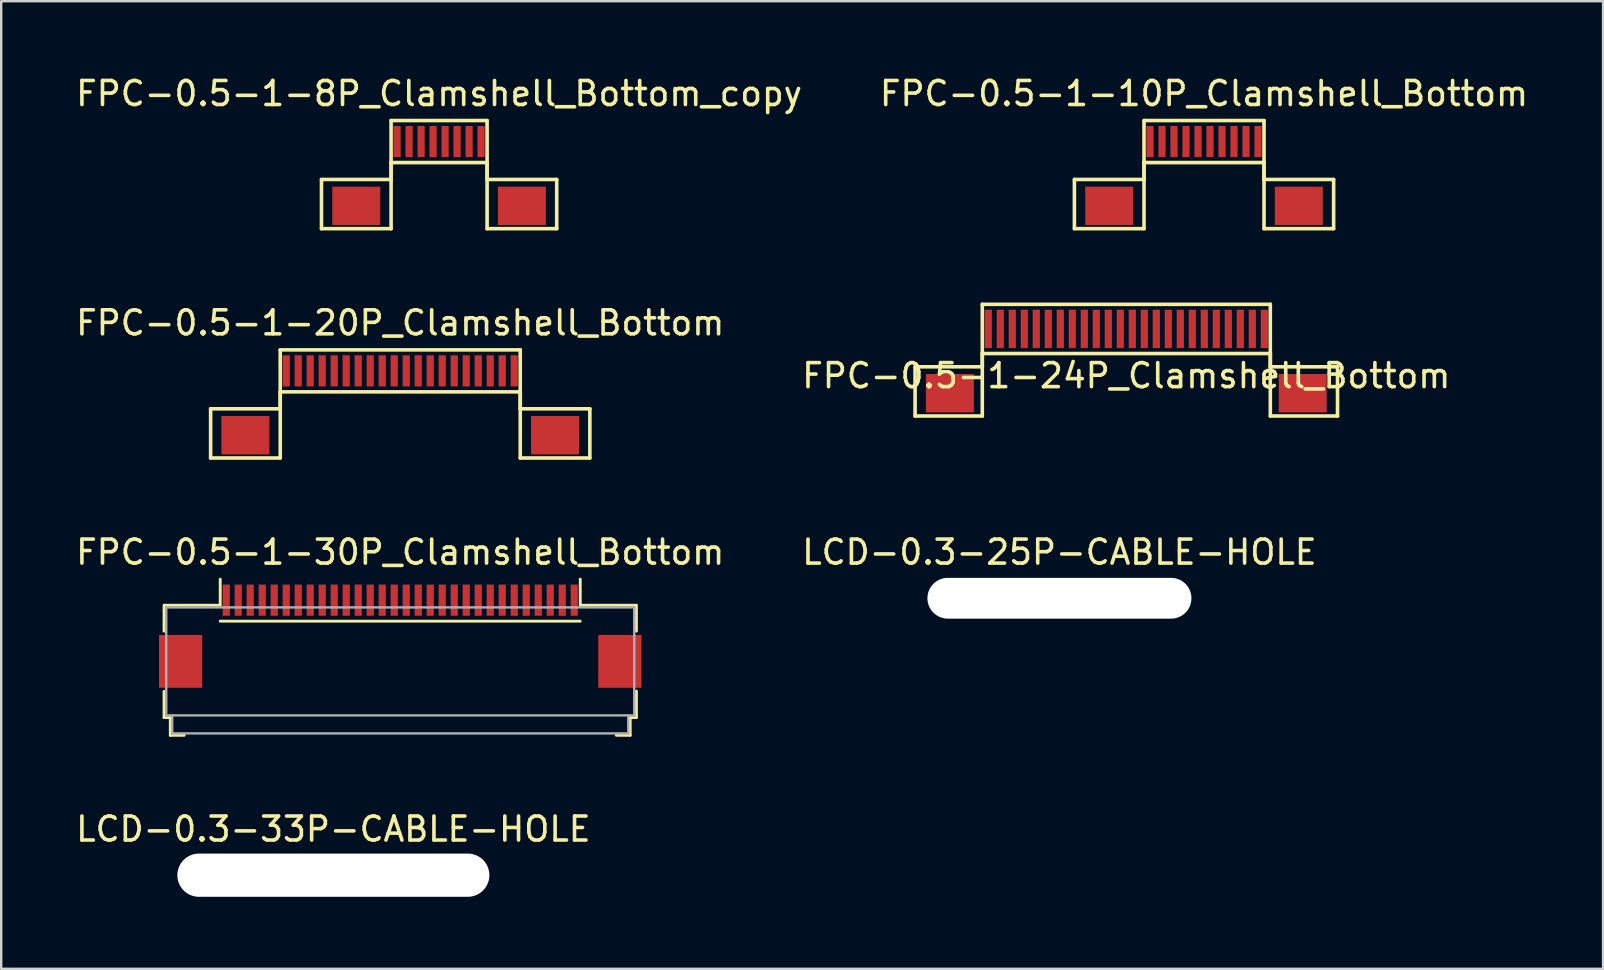
<source format=kicad_pcb>
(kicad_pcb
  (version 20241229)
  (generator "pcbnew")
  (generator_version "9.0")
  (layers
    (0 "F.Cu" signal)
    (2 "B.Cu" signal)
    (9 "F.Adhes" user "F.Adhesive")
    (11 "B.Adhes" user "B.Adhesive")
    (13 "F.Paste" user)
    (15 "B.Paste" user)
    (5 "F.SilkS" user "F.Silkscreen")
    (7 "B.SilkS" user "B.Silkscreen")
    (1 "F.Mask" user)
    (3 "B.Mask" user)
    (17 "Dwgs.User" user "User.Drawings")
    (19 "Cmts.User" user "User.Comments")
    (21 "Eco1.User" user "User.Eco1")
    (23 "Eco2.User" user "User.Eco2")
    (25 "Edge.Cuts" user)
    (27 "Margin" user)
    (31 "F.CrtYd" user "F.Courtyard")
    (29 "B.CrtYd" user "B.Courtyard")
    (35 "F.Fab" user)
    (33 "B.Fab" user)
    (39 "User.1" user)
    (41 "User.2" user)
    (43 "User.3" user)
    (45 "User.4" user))
  (footprint "FPC-0.5-1-30P_Clamshell_Bottom"
    (layer "F.Cu")
    (at 13.625 21.955)
    (property "Reference" "FPC-0.5-1-30P_Clamshell_Bottom" (at 0 -2 0) (layer "F.SilkS") (effects (font (size 1 1) (thickness 0.15))))
    (attr smd)
    (fp_line (start -9.84 1.29) (end -9.84 0.21) (stroke (width 0.12) (type solid)) (layer "F.SilkS"))
    (fp_line (start -9.84 4.89) (end -9.84 3.8) (stroke (width 0.12) (type solid)) (layer "F.SilkS"))
    (fp_line (start -9.82 0.21) (end -7.51 0.21) (stroke (width 0.12) (type solid)) (layer "F.SilkS"))
    (fp_line (start -9.58 4.89) (end -9.84 4.89) (stroke (width 0.12) (type solid)) (layer "F.SilkS"))
    (fp_line (start -9.58 4.89) (end -9.58 5.63) (stroke (width 0.12) (type solid)) (layer "F.SilkS"))
    (fp_line (start -9.58 5.63) (end -9 5.63) (stroke (width 0.12) (type solid)) (layer "F.SilkS"))
    (fp_line (start -7.5 0.21) (end -7.5 -0.875) (stroke (width 0.12) (type solid)) (layer "F.SilkS"))
    (fp_line (start -7.5 0.875) (end 7.5 0.875) (stroke (width 0.12) (type solid)) (layer "F.SilkS"))
    (fp_line (start 7.5 0.21) (end 7.5 -0.875) (stroke (width 0.12) (type solid)) (layer "F.SilkS"))
    (fp_line (start 7.51 0.21) (end 9.82 0.21) (stroke (width 0.12) (type solid)) (layer "F.SilkS"))
    (fp_line (start 9.58 4.89) (end 9.58 5.63) (stroke (width 0.12) (type solid)) (layer "F.SilkS"))
    (fp_line (start 9.58 4.89) (end 9.84 4.89) (stroke (width 0.12) (type solid)) (layer "F.SilkS"))
    (fp_line (start 9.58 5.63) (end 9 5.63) (stroke (width 0.12) (type solid)) (layer "F.SilkS"))
    (fp_line (start 9.84 1.29) (end 9.84 0.21) (stroke (width 0.12) (type solid)) (layer "F.SilkS"))
    (fp_line (start 9.84 4.89) (end 9.84 3.79) (stroke (width 0.12) (type solid)) (layer "F.SilkS"))
    (fp_line (start -9.75 0.3) (end 9.75 0.3) (stroke (width 0.1) (type solid)) (layer "F.Fab"))
    (fp_line (start -9.75 4.8) (end -9.75 0.3) (stroke (width 0.1) (type default)) (layer "F.Fab"))
    (fp_line (start -9.75 4.8) (end 9.75 4.8) (stroke (width 0.1) (type solid)) (layer "F.Fab"))
    (fp_line (start -9.5 5.55) (end -9.5 4.8) (stroke (width 0.1) (type default)) (layer "F.Fab"))
    (fp_line (start -9.5 5.55) (end 9.5 5.55) (stroke (width 0.1) (type solid)) (layer "F.Fab"))
    (fp_line (start 9.5 5.55) (end 9.5 4.8) (stroke (width 0.1) (type default)) (layer "F.Fab"))
    (fp_line (start 9.75 0.3) (end 9.75 4.8) (stroke (width 0.1) (type default)) (layer "F.Fab"))
    (pad "1" smd rect (at -7.25 0) (size 0.3 1.3) (layers "F.Cu" "F.Mask" "F.Paste"))
    (pad "2" smd rect (at -6.75 0) (size 0.3 1.3) (layers "F.Cu" "F.Mask" "F.Paste"))
    (pad "3" smd rect (at -6.25 0) (size 0.3 1.3) (layers "F.Cu" "F.Mask" "F.Paste"))
    (pad "4" smd rect (at -5.75 0) (size 0.3 1.3) (layers "F.Cu" "F.Mask" "F.Paste"))
    (pad "5" smd rect (at -5.25 0) (size 0.3 1.3) (layers "F.Cu" "F.Mask" "F.Paste"))
    (pad "6" smd rect (at -4.75 0) (size 0.3 1.3) (layers "F.Cu" "F.Mask" "F.Paste"))
    (pad "7" smd rect (at -4.25 0) (size 0.3 1.3) (layers "F.Cu" "F.Mask" "F.Paste"))
    (pad "8" smd rect (at -3.75 0) (size 0.3 1.3) (layers "F.Cu" "F.Mask" "F.Paste"))
    (pad "9" smd rect (at -3.25 0) (size 0.3 1.3) (layers "F.Cu" "F.Mask" "F.Paste"))
    (pad "10" smd rect (at -2.75 0) (size 0.3 1.3) (layers "F.Cu" "F.Mask" "F.Paste"))
    (pad "11" smd rect (at -2.25 0) (size 0.3 1.3) (layers "F.Cu" "F.Mask" "F.Paste"))
    (pad "12" smd rect (at -1.75 0) (size 0.3 1.3) (layers "F.Cu" "F.Mask" "F.Paste"))
    (pad "13" smd rect (at -1.25 0) (size 0.3 1.3) (layers "F.Cu" "F.Mask" "F.Paste"))
    (pad "14" smd rect (at -0.75 0) (size 0.3 1.3) (layers "F.Cu" "F.Mask" "F.Paste"))
    (pad "15" smd rect (at -0.25 0) (size 0.3 1.3) (layers "F.Cu" "F.Mask" "F.Paste"))
    (pad "16" smd rect (at 0.25 0) (size 0.3 1.3) (layers "F.Cu" "F.Mask" "F.Paste"))
    (pad "17" smd rect (at 0.75 0) (size 0.3 1.3) (layers "F.Cu" "F.Mask" "F.Paste"))
    (pad "18" smd rect (at 1.25 0) (size 0.3 1.3) (layers "F.Cu" "F.Mask" "F.Paste"))
    (pad "19" smd rect (at 1.75 0) (size 0.3 1.3) (layers "F.Cu" "F.Mask" "F.Paste"))
    (pad "20" smd rect (at 2.25 0) (size 0.3 1.3) (layers "F.Cu" "F.Mask" "F.Paste"))
    (pad "21" smd rect (at 2.75 0) (size 0.3 1.3) (layers "F.Cu" "F.Mask" "F.Paste"))
    (pad "22" smd rect (at 3.25 0) (size 0.3 1.3) (layers "F.Cu" "F.Mask" "F.Paste"))
    (pad "23" smd rect (at 3.75 0) (size 0.3 1.3) (layers "F.Cu" "F.Mask" "F.Paste"))
    (pad "24" smd rect (at 4.25 0) (size 0.3 1.3) (layers "F.Cu" "F.Mask" "F.Paste"))
    (pad "25" smd rect (at 4.75 0) (size 0.3 1.3) (layers "F.Cu" "F.Mask" "F.Paste"))
    (pad "26" smd rect (at 5.25 0) (size 0.3 1.3) (layers "F.Cu" "F.Mask" "F.Paste"))
    (pad "27" smd rect (at 5.75 0) (size 0.3 1.3) (layers "F.Cu" "F.Mask" "F.Paste"))
    (pad "28" smd rect (at 6.25 0) (size 0.3 1.3) (layers "F.Cu" "F.Mask" "F.Paste"))
    (pad "29" smd rect (at 6.75 0) (size 0.3 1.3) (layers "F.Cu" "F.Mask" "F.Paste"))
    (pad "30" smd rect (at 7.25 0) (size 0.3 1.3) (layers "F.Cu" "F.Mask" "F.Paste"))
    (pad "SH" smd rect (at -9.15 2.55) (size 1.8 2.2) (layers "F.Cu" "F.Mask" "F.Paste"))
    (pad "SH" smd rect (at 9.15 2.55) (size 1.8 2.2) (layers "F.Cu" "F.Mask" "F.Paste")))
  (footprint "FPC-0.5-1-8P_Clamshell_Bottom_copy"
    (layer "F.Cu")
    (at 15.244 2.848)
    (property "Reference" "FPC-0.5-1-8P_Clamshell_Bottom_copy" (at 0 -2 0) (layer "F.SilkS") (effects (font (size 1 1) (thickness 0.15))))
    (attr smd)
    (fp_line (start -4.9 1.58) (end -2 1.58) (stroke (width 0.15) (type solid)) (layer "F.SilkS"))
    (fp_line (start -4.9 3.63) (end -4.9 1.58) (stroke (width 0.15) (type solid)) (layer "F.SilkS"))
    (fp_line (start -2 -0.875) (end 2 -0.875) (stroke (width 0.15) (type solid)) (layer "F.SilkS"))
    (fp_line (start -2 0.875) (end -2 3.63) (stroke (width 0.15) (type solid)) (layer "F.SilkS"))
    (fp_line (start -2 0.875) (end 2 0.875) (stroke (width 0.15) (type solid)) (layer "F.SilkS"))
    (fp_line (start -2 1.58) (end -2 -0.875) (stroke (width 0.15) (type solid)) (layer "F.SilkS"))
    (fp_line (start -2 3.63) (end -4.9 3.63) (stroke (width 0.15) (type solid)) (layer "F.SilkS"))
    (fp_line (start 2 0.875) (end 2 3.63) (stroke (width 0.15) (type solid)) (layer "F.SilkS"))
    (fp_line (start 2 1.58) (end 2 -0.875) (stroke (width 0.15) (type solid)) (layer "F.SilkS"))
    (fp_line (start 2 3.63) (end 4.9 3.63) (stroke (width 0.15) (type solid)) (layer "F.SilkS"))
    (fp_line (start 4.9 1.58) (end 2 1.58) (stroke (width 0.15) (type solid)) (layer "F.SilkS"))
    (fp_line (start 4.9 3.63) (end 4.9 1.58) (stroke (width 0.15) (type solid)) (layer "F.SilkS"))
    (pad "1" smd rect (at -1.75 0) (size 0.3 1.3) (layers "F.Cu" "F.Mask" "F.Paste"))
    (pad "2" smd rect (at -1.25 0) (size 0.3 1.3) (layers "F.Cu" "F.Mask" "F.Paste"))
    (pad "3" smd rect (at -0.75 0) (size 0.3 1.3) (layers "F.Cu" "F.Mask" "F.Paste"))
    (pad "4" smd rect (at -0.25 0) (size 0.3 1.3) (layers "F.Cu" "F.Mask" "F.Paste"))
    (pad "5" smd rect (at 0.25 0) (size 0.3 1.3) (layers "F.Cu" "F.Mask" "F.Paste"))
    (pad "6" smd rect (at 0.75 0) (size 0.3 1.3) (layers "F.Cu" "F.Mask" "F.Paste"))
    (pad "7" smd rect (at 1.25 0) (size 0.3 1.3) (layers "F.Cu" "F.Mask" "F.Paste"))
    (pad "8" smd rect (at 1.75 0) (size 0.3 1.3) (layers "F.Cu" "F.Mask" "F.Paste"))
    (pad "SH" smd rect (at -3.45 2.68) (size 2 1.6) (layers "F.Cu" "F.Mask" "F.Paste"))
    (pad "SH" smd rect (at 3.45 2.68) (size 2 1.6) (layers "F.Cu" "F.Mask" "F.Paste")))
  (footprint "FPC-0.5-1-10P_Clamshell_Bottom"
    (layer "F.Cu")
    (at 47.113 2.848)
    (property "Reference" "FPC-0.5-1-10P_Clamshell_Bottom" (at 0 -2 0) (layer "F.SilkS") (effects (font (size 1 1) (thickness 0.15))))
    (attr smd)
    (fp_line (start -5.4 1.58) (end -2.5 1.58) (stroke (width 0.15) (type solid)) (layer "F.SilkS"))
    (fp_line (start -5.4 3.63) (end -5.4 1.58) (stroke (width 0.15) (type solid)) (layer "F.SilkS"))
    (fp_line (start -2.5 -0.875) (end 2.5 -0.875) (stroke (width 0.15) (type solid)) (layer "F.SilkS"))
    (fp_line (start -2.5 0.875) (end -2.5 3.63) (stroke (width 0.15) (type solid)) (layer "F.SilkS"))
    (fp_line (start -2.5 0.875) (end 2.5 0.875) (stroke (width 0.15) (type solid)) (layer "F.SilkS"))
    (fp_line (start -2.5 1.58) (end -2.5 -0.875) (stroke (width 0.15) (type solid)) (layer "F.SilkS"))
    (fp_line (start -2.5 3.63) (end -5.4 3.63) (stroke (width 0.15) (type solid)) (layer "F.SilkS"))
    (fp_line (start 2.5 0.875) (end 2.5 3.63) (stroke (width 0.15) (type solid)) (layer "F.SilkS"))
    (fp_line (start 2.5 1.58) (end 2.5 -0.875) (stroke (width 0.15) (type solid)) (layer "F.SilkS"))
    (fp_line (start 2.5 3.63) (end 5.4 3.63) (stroke (width 0.15) (type solid)) (layer "F.SilkS"))
    (fp_line (start 5.4 1.58) (end 2.5 1.58) (stroke (width 0.15) (type solid)) (layer "F.SilkS"))
    (fp_line (start 5.4 3.63) (end 5.4 1.58) (stroke (width 0.15) (type solid)) (layer "F.SilkS"))
    (pad "1" smd rect (at -2.25 0) (size 0.3 1.3) (layers "F.Cu" "F.Mask" "F.Paste"))
    (pad "2" smd rect (at -1.75 0) (size 0.3 1.3) (layers "F.Cu" "F.Mask" "F.Paste"))
    (pad "3" smd rect (at -1.25 0) (size 0.3 1.3) (layers "F.Cu" "F.Mask" "F.Paste"))
    (pad "4" smd rect (at -0.75 0) (size 0.3 1.3) (layers "F.Cu" "F.Mask" "F.Paste"))
    (pad "5" smd rect (at -0.25 0) (size 0.3 1.3) (layers "F.Cu" "F.Mask" "F.Paste"))
    (pad "6" smd rect (at 0.25 0) (size 0.3 1.3) (layers "F.Cu" "F.Mask" "F.Paste"))
    (pad "7" smd rect (at 0.75 0) (size 0.3 1.3) (layers "F.Cu" "F.Mask" "F.Paste"))
    (pad "8" smd rect (at 1.25 0) (size 0.3 1.3) (layers "F.Cu" "F.Mask" "F.Paste"))
    (pad "9" smd rect (at 1.75 0) (size 0.3 1.3) (layers "F.Cu" "F.Mask" "F.Paste"))
    (pad "10" smd rect (at 2.25 0) (size 0.3 1.3) (layers "F.Cu" "F.Mask" "F.Paste"))
    (pad "SH" smd rect (at -3.95 2.68) (size 2 1.6) (layers "F.Cu" "F.Mask" "F.Paste"))
    (pad "SH" smd rect (at 3.95 2.68) (size 2 1.6) (layers "F.Cu" "F.Mask" "F.Paste")))
  (footprint "LCD-0.3-33P-CABLE-HOLE"
    (layer "F.Cu")
    (at 10.839 33.413)
    (property "Reference" "LCD-0.3-33P-CABLE-HOLE" (at 0 -1.92 0) (layer "F.SilkS") (effects (font (size 1 1) (thickness 0.15))))
    (attr through_hole)
    (pad "" np_thru_hole oval (at 0 0) (size 13 1.8) (drill oval 13 1.8) (layers "*.Cu" "*.Mask")))
  (footprint "FPC-0.5-1-20P_Clamshell_Bottom"
    (layer "F.Cu")
    (at 13.625 12.402)
    (property "Reference" "FPC-0.5-1-20P_Clamshell_Bottom" (at 0 -2 0) (layer "F.SilkS") (effects (font (size 1 1) (thickness 0.15))))
    (attr smd)
    (fp_line (start -7.9 1.58) (end -5 1.58) (stroke (width 0.15) (type solid)) (layer "F.SilkS"))
    (fp_line (start -7.9 3.63) (end -7.9 1.58) (stroke (width 0.15) (type solid)) (layer "F.SilkS"))
    (fp_line (start -5 -0.875) (end 5 -0.875) (stroke (width 0.15) (type solid)) (layer "F.SilkS"))
    (fp_line (start -5 0.875) (end -5 3.63) (stroke (width 0.15) (type solid)) (layer "F.SilkS"))
    (fp_line (start -5 0.875) (end 5 0.875) (stroke (width 0.15) (type solid)) (layer "F.SilkS"))
    (fp_line (start -5 1.58) (end -5 -0.875) (stroke (width 0.15) (type solid)) (layer "F.SilkS"))
    (fp_line (start -5 3.63) (end -7.9 3.63) (stroke (width 0.15) (type solid)) (layer "F.SilkS"))
    (fp_line (start 5 0.875) (end 5 3.63) (stroke (width 0.15) (type solid)) (layer "F.SilkS"))
    (fp_line (start 5 1.58) (end 5 -0.875) (stroke (width 0.15) (type solid)) (layer "F.SilkS"))
    (fp_line (start 5 3.63) (end 7.9 3.63) (stroke (width 0.15) (type solid)) (layer "F.SilkS"))
    (fp_line (start 7.9 1.58) (end 5 1.58) (stroke (width 0.15) (type solid)) (layer "F.SilkS"))
    (fp_line (start 7.9 3.63) (end 7.9 1.58) (stroke (width 0.15) (type solid)) (layer "F.SilkS"))
    (pad "1" smd rect (at -4.75 0) (size 0.3 1.3) (layers "F.Cu" "F.Mask" "F.Paste"))
    (pad "2" smd rect (at -4.25 0) (size 0.3 1.3) (layers "F.Cu" "F.Mask" "F.Paste"))
    (pad "3" smd rect (at -3.75 0) (size 0.3 1.3) (layers "F.Cu" "F.Mask" "F.Paste"))
    (pad "4" smd rect (at -3.25 0) (size 0.3 1.3) (layers "F.Cu" "F.Mask" "F.Paste"))
    (pad "5" smd rect (at -2.75 0) (size 0.3 1.3) (layers "F.Cu" "F.Mask" "F.Paste"))
    (pad "6" smd rect (at -2.25 0) (size 0.3 1.3) (layers "F.Cu" "F.Mask" "F.Paste"))
    (pad "7" smd rect (at -1.75 0) (size 0.3 1.3) (layers "F.Cu" "F.Mask" "F.Paste"))
    (pad "8" smd rect (at -1.25 0) (size 0.3 1.3) (layers "F.Cu" "F.Mask" "F.Paste"))
    (pad "9" smd rect (at -0.75 0) (size 0.3 1.3) (layers "F.Cu" "F.Mask" "F.Paste"))
    (pad "10" smd rect (at -0.25 0) (size 0.3 1.3) (layers "F.Cu" "F.Mask" "F.Paste"))
    (pad "11" smd rect (at 0.25 0) (size 0.3 1.3) (layers "F.Cu" "F.Mask" "F.Paste"))
    (pad "12" smd rect (at 0.75 0) (size 0.3 1.3) (layers "F.Cu" "F.Mask" "F.Paste"))
    (pad "13" smd rect (at 1.25 0) (size 0.3 1.3) (layers "F.Cu" "F.Mask" "F.Paste"))
    (pad "14" smd rect (at 1.75 0) (size 0.3 1.3) (layers "F.Cu" "F.Mask" "F.Paste"))
    (pad "15" smd rect (at 2.25 0) (size 0.3 1.3) (layers "F.Cu" "F.Mask" "F.Paste"))
    (pad "16" smd rect (at 2.75 0) (size 0.3 1.3) (layers "F.Cu" "F.Mask" "F.Paste"))
    (pad "17" smd rect (at 3.25 0) (size 0.3 1.3) (layers "F.Cu" "F.Mask" "F.Paste"))
    (pad "18" smd rect (at 3.75 0) (size 0.3 1.3) (layers "F.Cu" "F.Mask" "F.Paste"))
    (pad "19" smd rect (at 4.25 0) (size 0.3 1.3) (layers "F.Cu" "F.Mask" "F.Paste"))
    (pad "20" smd rect (at 4.75 0) (size 0.3 1.3) (layers "F.Cu" "F.Mask" "F.Paste"))
    (pad "SH" smd rect (at -6.45 2.68) (size 2 1.6) (layers "F.Cu" "F.Mask" "F.Paste"))
    (pad "SH" smd rect (at 6.45 2.68) (size 2 1.6) (layers "F.Cu" "F.Mask" "F.Paste")))
  (footprint "FPC-0.5-1-24P_Clamshell_Bottom"
    (layer "F.Cu")
    (at 43.875 10.653)
    (property "Reference" "FPC-0.5-1-24P_Clamshell_Bottom" (at 0 1.95 0) (layer "F.SilkS") (effects (font (size 1 1) (thickness 0.15))))
    (attr smd)
    (fp_line (start -8.8 1.58) (end -6 1.58) (stroke (width 0.15) (type solid)) (layer "F.SilkS"))
    (fp_line (start -8.8 3.63) (end -8.8 1.58) (stroke (width 0.15) (type solid)) (layer "F.SilkS"))
    (fp_line (start -6 -1.025) (end 6 -1.025) (stroke (width 0.15) (type solid)) (layer "F.SilkS"))
    (fp_line (start -6 1.025) (end -6 3.63) (stroke (width 0.15) (type solid)) (layer "F.SilkS"))
    (fp_line (start -6 1.025) (end 6 1.025) (stroke (width 0.15) (type solid)) (layer "F.SilkS"))
    (fp_line (start -6 1.58) (end -6 -1.025) (stroke (width 0.15) (type solid)) (layer "F.SilkS"))
    (fp_line (start -6 3.63) (end -8.8 3.63) (stroke (width 0.15) (type solid)) (layer "F.SilkS"))
    (fp_line (start 6 1.025) (end 6 3.63) (stroke (width 0.15) (type solid)) (layer "F.SilkS"))
    (fp_line (start 6 1.58) (end 6 -1.025) (stroke (width 0.15) (type solid)) (layer "F.SilkS"))
    (fp_line (start 6 3.63) (end 8.8 3.63) (stroke (width 0.15) (type solid)) (layer "F.SilkS"))
    (fp_line (start 8.8 1.58) (end 6 1.58) (stroke (width 0.15) (type solid)) (layer "F.SilkS"))
    (fp_line (start 8.8 3.63) (end 8.8 1.58) (stroke (width 0.15) (type solid)) (layer "F.SilkS"))
    (pad "1" smd rect (at -5.75 0) (size 0.3 1.6) (layers "F.Cu" "F.Mask" "F.Paste"))
    (pad "2" smd rect (at -5.25 0) (size 0.3 1.6) (layers "F.Cu" "F.Mask" "F.Paste"))
    (pad "3" smd rect (at -4.75 0) (size 0.3 1.6) (layers "F.Cu" "F.Mask" "F.Paste"))
    (pad "4" smd rect (at -4.25 0) (size 0.3 1.6) (layers "F.Cu" "F.Mask" "F.Paste"))
    (pad "5" smd rect (at -3.75 0) (size 0.3 1.6) (layers "F.Cu" "F.Mask" "F.Paste"))
    (pad "6" smd rect (at -3.25 0) (size 0.3 1.6) (layers "F.Cu" "F.Mask" "F.Paste"))
    (pad "7" smd rect (at -2.75 0) (size 0.3 1.6) (layers "F.Cu" "F.Mask" "F.Paste"))
    (pad "8" smd rect (at -2.25 0) (size 0.3 1.6) (layers "F.Cu" "F.Mask" "F.Paste"))
    (pad "9" smd rect (at -1.75 0) (size 0.3 1.6) (layers "F.Cu" "F.Mask" "F.Paste"))
    (pad "10" smd rect (at -1.25 0) (size 0.3 1.6) (layers "F.Cu" "F.Mask" "F.Paste"))
    (pad "11" smd rect (at -0.75 0) (size 0.3 1.6) (layers "F.Cu" "F.Mask" "F.Paste"))
    (pad "12" smd rect (at -0.25 0) (size 0.3 1.6) (layers "F.Cu" "F.Mask" "F.Paste"))
    (pad "13" smd rect (at 0.25 0) (size 0.3 1.6) (layers "F.Cu" "F.Mask" "F.Paste"))
    (pad "14" smd rect (at 0.75 0) (size 0.3 1.6) (layers "F.Cu" "F.Mask" "F.Paste"))
    (pad "15" smd rect (at 1.25 0) (size 0.3 1.6) (layers "F.Cu" "F.Mask" "F.Paste"))
    (pad "16" smd rect (at 1.75 0) (size 0.3 1.6) (layers "F.Cu" "F.Mask" "F.Paste"))
    (pad "17" smd rect (at 2.25 0) (size 0.3 1.6) (layers "F.Cu" "F.Mask" "F.Paste"))
    (pad "18" smd rect (at 2.75 0) (size 0.3 1.6) (layers "F.Cu" "F.Mask" "F.Paste"))
    (pad "19" smd rect (at 3.25 0) (size 0.3 1.6) (layers "F.Cu" "F.Mask" "F.Paste"))
    (pad "20" smd rect (at 3.75 0) (size 0.3 1.6) (layers "F.Cu" "F.Mask" "F.Paste"))
    (pad "21" smd rect (at 4.25 0) (size 0.3 1.6) (layers "F.Cu" "F.Mask" "F.Paste"))
    (pad "22" smd rect (at 4.75 0) (size 0.3 1.6) (layers "F.Cu" "F.Mask" "F.Paste"))
    (pad "23" smd rect (at 5.25 0) (size 0.3 1.6) (layers "F.Cu" "F.Mask" "F.Paste"))
    (pad "24" smd rect (at 5.75 0) (size 0.3 1.6) (layers "F.Cu" "F.Mask" "F.Paste"))
    (pad "SH" smd rect (at -7.35 2.68) (size 2 1.6) (layers "F.Cu" "F.Mask" "F.Paste"))
    (pad "SH" smd rect (at 7.35 2.68) (size 2 1.6) (layers "F.Cu" "F.Mask" "F.Paste")))
  (footprint "LCD-0.3-25P-CABLE-HOLE"
    (layer "F.Cu")
    (at 41.089 21.875)
    (property "Reference" "LCD-0.3-25P-CABLE-HOLE" (at 0 -1.92 0) (layer "F.SilkS") (effects (font (size 1 1) (thickness 0.15))))
    (attr through_hole)
    (pad "" np_thru_hole oval (at 0 0) (size 11 1.7) (drill oval 11 1.7) (layers "*.Cu" "*.Mask")))
  (gr_rect
    (start -3 -3)
    (end 63.738 37.313)
    (stroke (width 0.1) (type default))
    (fill no)
    (layer "Edge.Cuts")))
</source>
